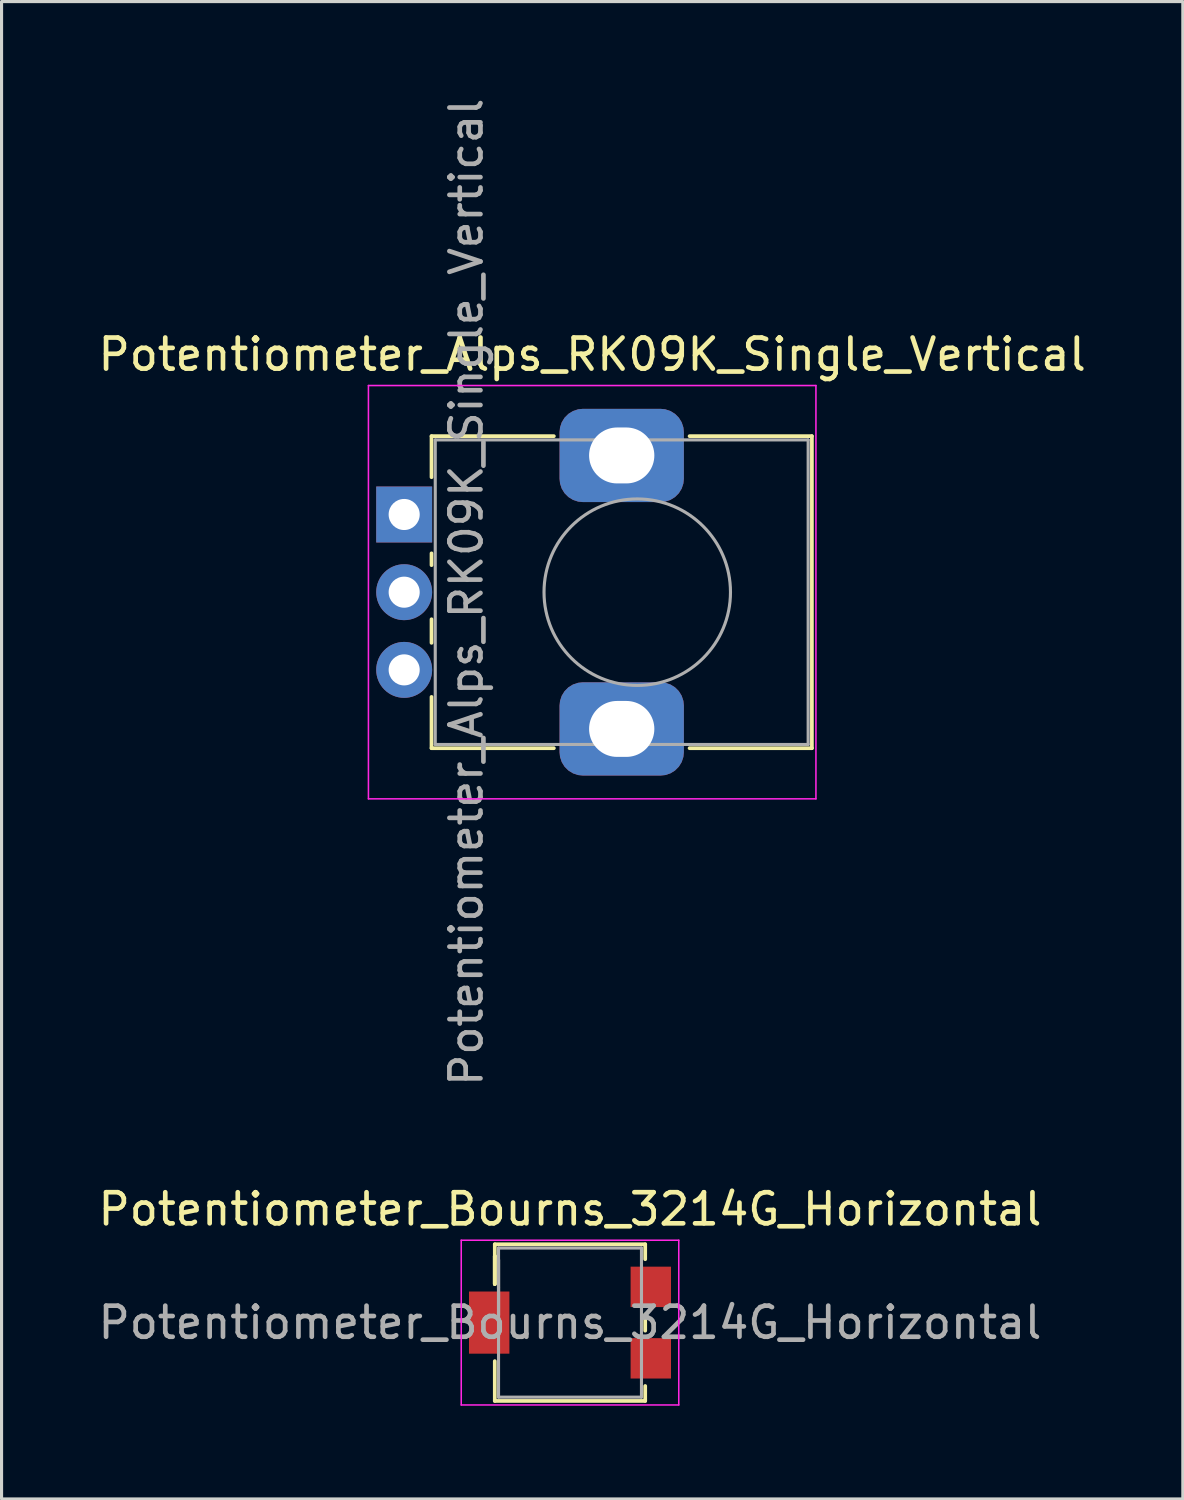
<source format=kicad_pcb>
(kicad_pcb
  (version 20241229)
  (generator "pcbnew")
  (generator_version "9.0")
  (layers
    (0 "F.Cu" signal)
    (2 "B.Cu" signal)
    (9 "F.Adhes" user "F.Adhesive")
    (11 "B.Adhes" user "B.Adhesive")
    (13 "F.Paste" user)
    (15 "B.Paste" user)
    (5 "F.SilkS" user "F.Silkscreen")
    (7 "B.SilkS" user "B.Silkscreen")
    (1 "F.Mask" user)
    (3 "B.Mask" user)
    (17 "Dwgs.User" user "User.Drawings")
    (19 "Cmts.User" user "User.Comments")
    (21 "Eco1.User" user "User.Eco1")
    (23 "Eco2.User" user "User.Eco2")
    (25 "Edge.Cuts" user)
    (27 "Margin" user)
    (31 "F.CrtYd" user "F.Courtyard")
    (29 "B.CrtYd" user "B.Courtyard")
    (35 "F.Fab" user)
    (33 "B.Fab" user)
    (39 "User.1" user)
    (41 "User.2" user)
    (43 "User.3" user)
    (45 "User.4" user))
  (footprint "Potentiometer_Bourns_3214G_Horizontal"
    (layer "F.Cu")
    (at 15.292 39.51)
    (property "Reference" "Potentiometer_Bourns_3214G_Horizontal" (at 0 -3.65 0) (layer "F.SilkS") (effects (font (size 1 1) (thickness 0.15))))
    (attr smd)
    (fp_line (start -2.42 -2.52) (end -2.42 -1.24) (stroke (width 0.12) (type solid)) (layer "F.SilkS"))
    (fp_line (start -2.42 -2.52) (end 2.42 -2.52) (stroke (width 0.12) (type solid)) (layer "F.SilkS"))
    (fp_line (start -2.42 -2.14) (end -2.42 -2.14) (stroke (width 0.12) (type solid)) (layer "F.SilkS"))
    (fp_line (start -2.42 -2.14) (end -2.42 -1.24) (stroke (width 0.12) (type solid)) (layer "F.SilkS"))
    (fp_line (start -2.42 -2.14) (end -2.42 -1.24) (stroke (width 0.12) (type solid)) (layer "F.SilkS"))
    (fp_line (start -2.42 1.24) (end -2.42 2.52) (stroke (width 0.12) (type solid)) (layer "F.SilkS"))
    (fp_line (start -2.42 2.52) (end 2.42 2.52) (stroke (width 0.12) (type solid)) (layer "F.SilkS"))
    (fp_line (start 2.42 -2.52) (end 2.42 -2.04) (stroke (width 0.12) (type solid)) (layer "F.SilkS"))
    (fp_line (start 2.42 -0.26) (end 2.42 0.26) (stroke (width 0.12) (type solid)) (layer "F.SilkS"))
    (fp_line (start 2.42 2.04) (end 2.42 2.52) (stroke (width 0.12) (type solid)) (layer "F.SilkS"))
    (fp_line (start -3.5 -2.65) (end -3.5 2.65) (stroke (width 0.05) (type solid)) (layer "F.CrtYd"))
    (fp_line (start -3.5 2.65) (end 3.5 2.65) (stroke (width 0.05) (type solid)) (layer "F.CrtYd"))
    (fp_line (start 3.5 -2.65) (end -3.5 -2.65) (stroke (width 0.05) (type solid)) (layer "F.CrtYd"))
    (fp_line (start 3.5 2.65) (end 3.5 -2.65) (stroke (width 0.05) (type solid)) (layer "F.CrtYd"))
    (fp_line (start -2.3 -2.4) (end -2.3 2.4) (stroke (width 0.1) (type solid)) (layer "F.Fab"))
    (fp_line (start -2.3 -2.02) (end -2.3 -2.02) (stroke (width 0.1) (type solid)) (layer "F.Fab"))
    (fp_line (start -2.3 -2.02) (end -2.3 -0.24) (stroke (width 0.1) (type solid)) (layer "F.Fab"))
    (fp_line (start -2.3 -1.13) (end -2.3 -1.13) (stroke (width 0.1) (type solid)) (layer "F.Fab"))
    (fp_line (start -2.3 -0.24) (end -2.3 -2.02) (stroke (width 0.1) (type solid)) (layer "F.Fab"))
    (fp_line (start -2.3 -0.24) (end -2.3 -0.24) (stroke (width 0.1) (type solid)) (layer "F.Fab"))
    (fp_line (start -2.3 2.4) (end 2.3 2.4) (stroke (width 0.1) (type solid)) (layer "F.Fab"))
    (fp_line (start 2.3 -2.4) (end -2.3 -2.4) (stroke (width 0.1) (type solid)) (layer "F.Fab"))
    (fp_line (start 2.3 2.4) (end 2.3 -2.4) (stroke (width 0.1) (type solid)) (layer "F.Fab"))
    (fp_text user "${REFERENCE}" (at 0 0 0) (layer "F.Fab") (effects (font (size 1 1) (thickness 0.15))))
    (pad "1" smd rect (at 2.6 -1.15) (size 1.3 1.3) (layers "F.Cu" "F.Mask" "F.Paste"))
    (pad "2" smd rect (at -2.6 0) (size 1.3 2) (layers "F.Cu" "F.Mask" "F.Paste"))
    (pad "3" smd rect (at 2.6 1.15) (size 1.3 1.3) (layers "F.Cu" "F.Mask" "F.Paste")))
  (footprint "Potentiometer_Alps_RK09K_Single_Vertical"
    (layer "F.Cu")
    (at 9.956 13.506)
    (property "Reference" "Potentiometer_Alps_RK09K_Single_Vertical" (at 6.05 -5.15 0) (layer "F.SilkS") (effects (font (size 1 1) (thickness 0.15))))
    (attr through_hole)
    (fp_line (start 0.88 -2.521) (end 0.88 -1.2) (stroke (width 0.12) (type solid)) (layer "F.SilkS"))
    (fp_line (start 0.88 -2.521) (end 4.817 -2.521) (stroke (width 0.12) (type solid)) (layer "F.SilkS"))
    (fp_line (start 0.88 1.25) (end 0.88 1.63) (stroke (width 0.12) (type solid)) (layer "F.SilkS"))
    (fp_line (start 0.88 3.371) (end 0.88 4.13) (stroke (width 0.12) (type solid)) (layer "F.SilkS"))
    (fp_line (start 0.88 5.87) (end 0.88 7.52) (stroke (width 0.12) (type solid)) (layer "F.SilkS"))
    (fp_line (start 0.88 7.52) (end 4.817 7.52) (stroke (width 0.12) (type solid)) (layer "F.SilkS"))
    (fp_line (start 9.184 -2.521) (end 13.12 -2.521) (stroke (width 0.12) (type solid)) (layer "F.SilkS"))
    (fp_line (start 9.184 7.52) (end 13.12 7.52) (stroke (width 0.12) (type solid)) (layer "F.SilkS"))
    (fp_line (start 13.12 -2.521) (end 13.12 7.52) (stroke (width 0.12) (type solid)) (layer "F.SilkS"))
    (fp_line (start -1.15 -4.15) (end -1.15 9.15) (stroke (width 0.05) (type solid)) (layer "F.CrtYd"))
    (fp_line (start -1.15 9.15) (end 13.25 9.15) (stroke (width 0.05) (type solid)) (layer "F.CrtYd"))
    (fp_line (start 13.25 -4.15) (end -1.15 -4.15) (stroke (width 0.05) (type solid)) (layer "F.CrtYd"))
    (fp_line (start 13.25 9.15) (end 13.25 -4.15) (stroke (width 0.05) (type solid)) (layer "F.CrtYd"))
    (fp_line (start 1 -2.4) (end 1 7.4) (stroke (width 0.1) (type solid)) (layer "F.Fab"))
    (fp_line (start 1 7.4) (end 13 7.4) (stroke (width 0.1) (type solid)) (layer "F.Fab"))
    (fp_line (start 13 -2.4) (end 1 -2.4) (stroke (width 0.1) (type solid)) (layer "F.Fab"))
    (fp_line (start 13 7.4) (end 13 -2.4) (stroke (width 0.1) (type solid)) (layer "F.Fab"))
    (fp_circle (center 7.5 2.5) (end 10.5 2.5) (stroke (width 0.1) (type solid)) (fill no) (layer "F.Fab"))
    (fp_text user "${REFERENCE}" (at 2 2.5 90) (layer "F.Fab") (effects (font (size 1 1) (thickness 0.15))))
    (pad "1" thru_hole rect (at 0 0) (size 1.8 1.8) (drill 1) (layers "*.Cu" "*.Mask"))
    (pad "2" thru_hole circle (at 0 2.5) (size 1.8 1.8) (drill 1) (layers "*.Cu" "*.Mask"))
    (pad "3" thru_hole circle (at 0 5) (size 1.8 1.8) (drill 1) (layers "*.Cu" "*.Mask"))
    (pad "MP" thru_hole roundrect (at 7 -1.9) (size 4 3) (drill oval 2.1 1.8) (layers "*.Cu" "*.Mask") (roundrect_rratio 0.25))
    (pad "MP" thru_hole roundrect (at 7 6.9) (size 4 3) (drill oval 2.1 1.8) (layers "*.Cu" "*.Mask") (roundrect_rratio 0.25)))
  (gr_rect
    (start -3 -3)
    (end 35.012 45.185)
    (stroke (width 0.1) (type default))
    (fill no)
    (layer "Edge.Cuts")))
</source>
